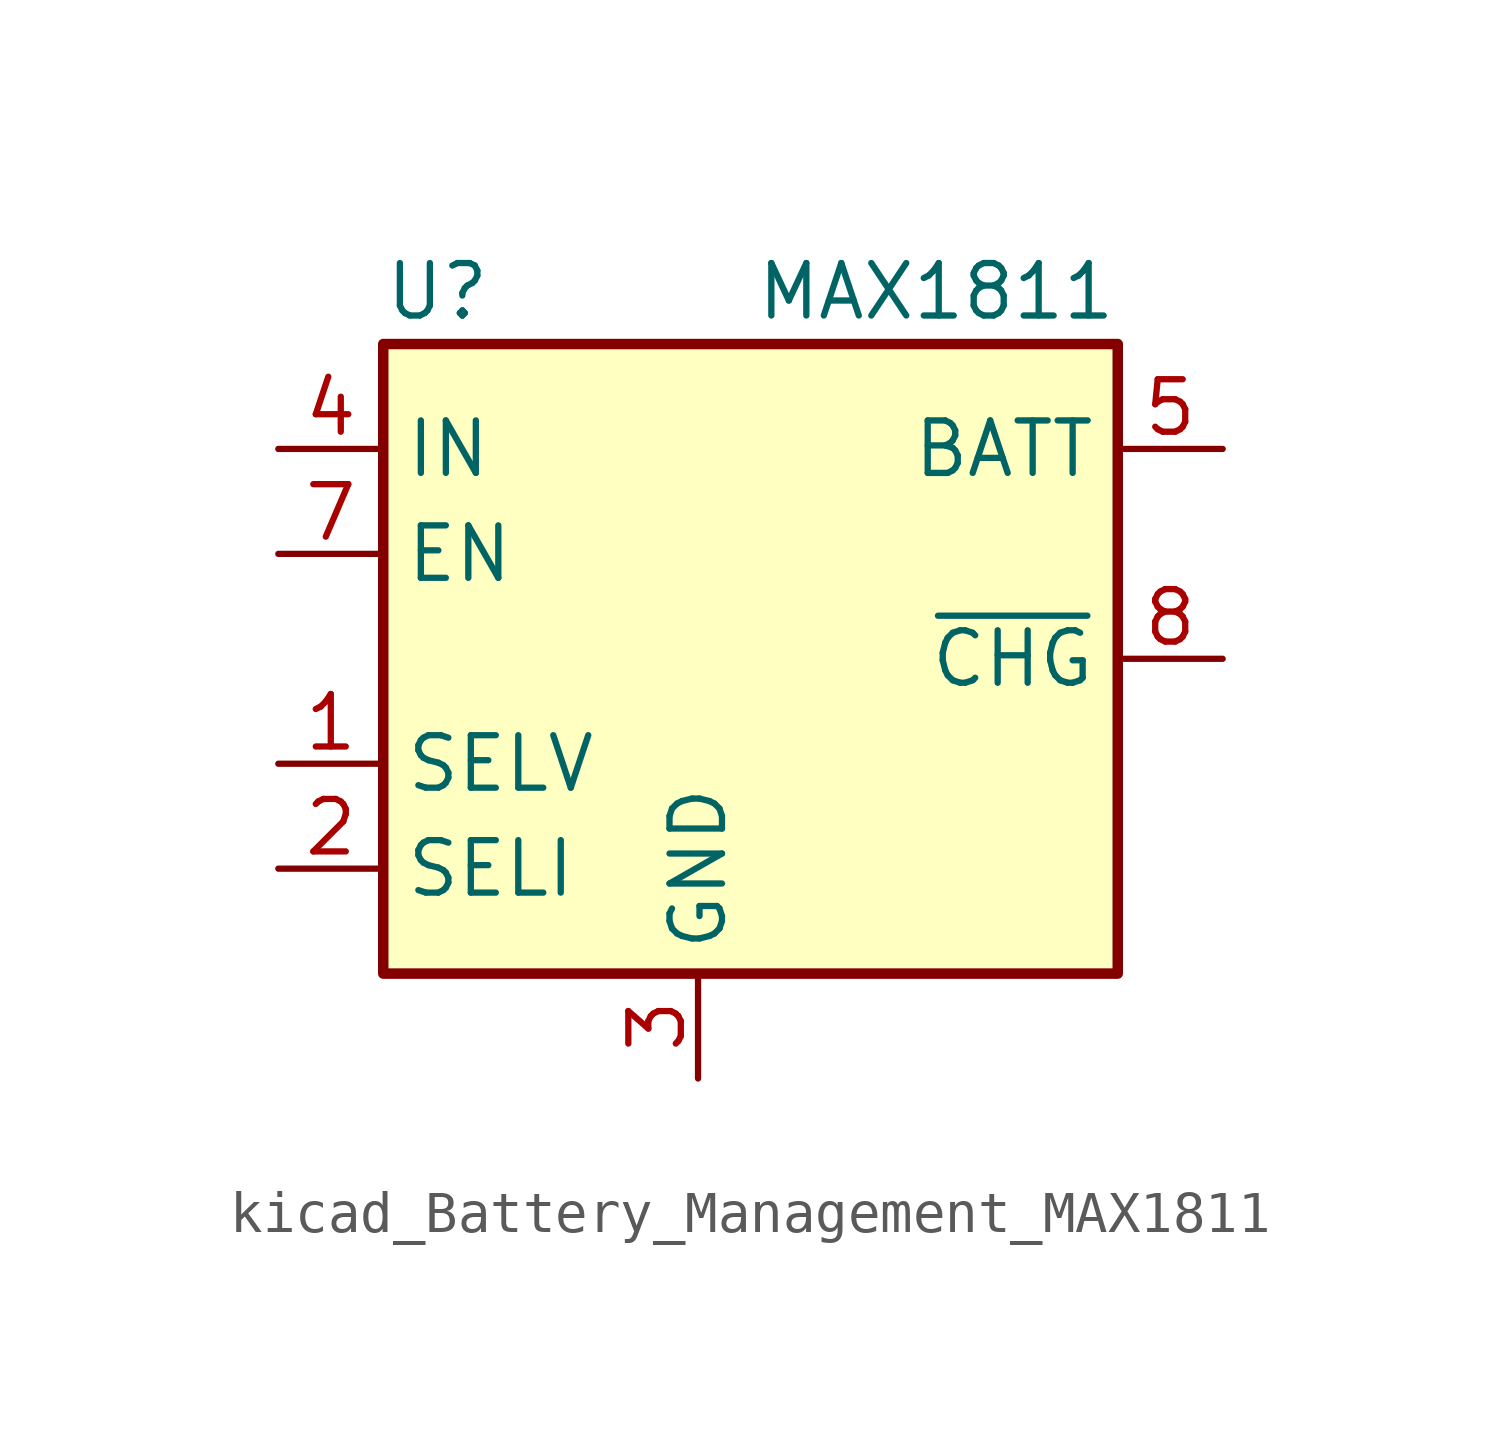
<source format=kicad_sym>
(kicad_symbol_lib
  (version 20220914)
  (generator kicad_symbol_editor)
  (symbol "kicad_Battery_Management_MAX1811"
    (property "Reference" "U"
      (at -7.62 8.89 0)
      (effects (font (size 1.27 1.27)) (justify left)))
    (property "Value" "MAX1811"
      (at 10.16 8.89 0)
      (effects (font (size 1.27 1.27)) (justify right)))
    (symbol "kicad_Battery_Management_MAX1811_0_1"
      (rectangle (start -7.62 7.62) (end 10.16 -7.62) (stroke (width 0.254) (type default)) (fill (type background))))
    (symbol "kicad_Battery_Management_MAX1811_1_1"
      (pin input line (at -10.16 -2.54 0) (length 2.54) (name "SELV" (effects (font (size 1.27 1.27)))) (number "1" (effects (font (size 1.27 1.27)))))
      (pin input line (at -10.16 -5.08 0) (length 2.54) (name "SELI" (effects (font (size 1.27 1.27)))) (number "2" (effects (font (size 1.27 1.27)))))
      (pin power_in line (at 0 -10.16 90) (length 2.54) (name "GND" (effects (font (size 1.27 1.27)))) (number "3" (effects (font (size 1.27 1.27)))))
      (pin power_in line (at -10.16 5.08 0) (length 2.54) (name "IN" (effects (font (size 1.27 1.27)))) (number "4" (effects (font (size 1.27 1.27)))))
      (pin power_out line (at 12.7 5.08 180) (length 2.54) (name "BATT" (effects (font (size 1.27 1.27)))) (number "5" (effects (font (size 1.27 1.27)))))
      (pin passive line (at 0 -10.16 90) (length 2.54) hide (name "GND" (effects (font (size 1.27 1.27)))) (number "6" (effects (font (size 1.27 1.27)))))
      (pin input line (at -10.16 2.54 0) (length 2.54) (name "EN" (effects (font (size 1.27 1.27)))) (number "7" (effects (font (size 1.27 1.27)))))
      (pin open_collector line (at 12.7 0 180) (length 2.54) (name "~{CHG}" (effects (font (size 1.27 1.27)))) (number "8" (effects (font (size 1.27 1.27))))))))
</source>
